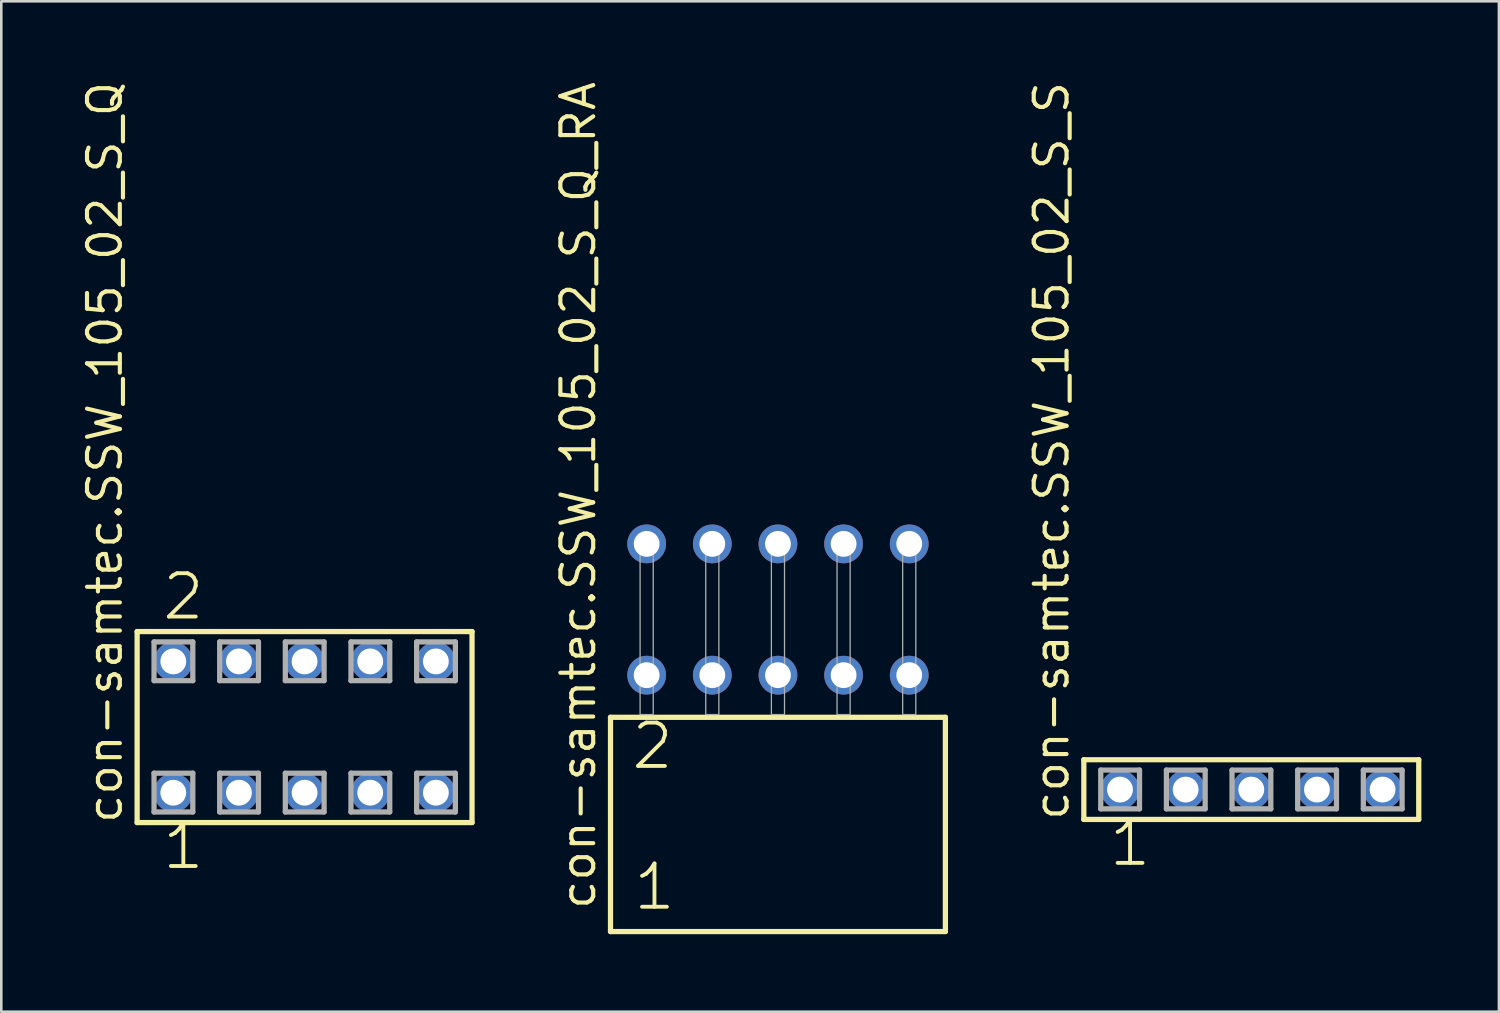
<source format=kicad_pcb>
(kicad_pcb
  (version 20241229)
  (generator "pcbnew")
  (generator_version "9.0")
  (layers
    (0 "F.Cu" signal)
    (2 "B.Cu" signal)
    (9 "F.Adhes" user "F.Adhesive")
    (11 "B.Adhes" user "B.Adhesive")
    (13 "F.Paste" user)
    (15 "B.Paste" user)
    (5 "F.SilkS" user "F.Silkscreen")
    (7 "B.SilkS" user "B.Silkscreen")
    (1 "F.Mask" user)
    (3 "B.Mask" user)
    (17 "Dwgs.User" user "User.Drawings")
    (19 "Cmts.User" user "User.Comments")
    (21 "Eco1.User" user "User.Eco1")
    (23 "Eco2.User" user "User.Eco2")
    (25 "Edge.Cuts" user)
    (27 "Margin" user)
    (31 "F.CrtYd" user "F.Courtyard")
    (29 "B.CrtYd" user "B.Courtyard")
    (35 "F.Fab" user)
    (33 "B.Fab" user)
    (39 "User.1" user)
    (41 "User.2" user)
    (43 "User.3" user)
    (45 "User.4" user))
  (footprint "con-samtec.SSW_105_02_S_Q_RA"
    (layer "F.Cu")
    (at 27.051 24.598)
    (property "Reference" "con-samtec.SSW_105_02_S_Q_RA" (at -6.985 7.62 90) (layer "F.SilkS") (effects (font (size 1.27 1.27) (thickness 0.16)) (justify left bottom)))
    (attr through_hole)
    (fp_line (start -6.479 0.106) (end -6.479 8.396) (stroke (width 0.203) (type default)) (layer "F.SilkS"))
    (fp_line (start -6.479 8.396) (end 6.479 8.396) (stroke (width 0.203) (type default)) (layer "F.SilkS"))
    (fp_line (start 6.479 0.106) (end -6.479 0.106) (stroke (width 0.203) (type default)) (layer "F.SilkS"))
    (fp_line (start 6.479 8.396) (end 6.479 0.106) (stroke (width 0.203) (type default)) (layer "F.SilkS"))
    (fp_rect (start -5.334 0) (end -4.826 -6.858) (stroke (width 0.05) (type default)) (fill no) (layer "F.Fab"))
    (fp_rect (start -2.794 0) (end -2.286 -6.858) (stroke (width 0.05) (type default)) (fill no) (layer "F.Fab"))
    (fp_rect (start -0.254 0) (end 0.254 -6.858) (stroke (width 0.05) (type default)) (fill no) (layer "F.Fab"))
    (fp_rect (start 2.286 0) (end 2.794 -6.858) (stroke (width 0.05) (type default)) (fill no) (layer "F.Fab"))
    (fp_rect (start 4.826 0) (end 5.334 -6.858) (stroke (width 0.05) (type default)) (fill no) (layer "F.Fab"))
    (fp_text user "1" (at -5.675 7.65 0) (layer "F.SilkS") (effects (font (size 1.676 1.676) (thickness 0.15)) (justify left bottom)))
    (fp_text user "2" (at -5.75 2.2 0) (layer "F.SilkS") (effects (font (size 1.676 1.676) (thickness 0.15)) (justify left bottom)))
    (pad "1" thru_hole circle (at -5.08 -1.524) (size 1.5 1.5) (drill 1) (layers "*.Cu" "*.Mask"))
    (pad "2" thru_hole circle (at -5.08 -6.604) (size 1.5 1.5) (drill 1) (layers "*.Cu" "*.Mask"))
    (pad "3" thru_hole circle (at -2.54 -1.524) (size 1.5 1.5) (drill 1) (layers "*.Cu" "*.Mask"))
    (pad "4" thru_hole circle (at -2.54 -6.604) (size 1.5 1.5) (drill 1) (layers "*.Cu" "*.Mask"))
    (pad "5" thru_hole circle (at 0 -1.524) (size 1.5 1.5) (drill 1) (layers "*.Cu" "*.Mask"))
    (pad "6" thru_hole circle (at 0 -6.604) (size 1.5 1.5) (drill 1) (layers "*.Cu" "*.Mask"))
    (pad "7" thru_hole circle (at 2.54 -1.524) (size 1.5 1.5) (drill 1) (layers "*.Cu" "*.Mask"))
    (pad "8" thru_hole circle (at 2.54 -6.604) (size 1.5 1.5) (drill 1) (layers "*.Cu" "*.Mask"))
    (pad "9" thru_hole circle (at 5.08 -1.524) (size 1.5 1.5) (drill 1) (layers "*.Cu" "*.Mask"))
    (pad "10" thru_hole circle (at 5.08 -6.604) (size 1.5 1.5) (drill 1) (layers "*.Cu" "*.Mask")))
  (footprint "con-samtec.SSW_105_02_S_S"
    (layer "F.Cu")
    (at 45.366 27.501)
    (property "Reference" "con-samtec.SSW_105_02_S_S" (at -6.985 1.27 90) (layer "F.SilkS") (effects (font (size 1.27 1.27) (thickness 0.16)) (justify left bottom)))
    (attr through_hole)
    (fp_line (start -6.479 -1.155) (end 6.479 -1.155) (stroke (width 0.203) (type default)) (layer "F.SilkS"))
    (fp_line (start -6.479 1.155) (end -6.479 -1.155) (stroke (width 0.203) (type default)) (layer "F.SilkS"))
    (fp_line (start 6.479 -1.155) (end 6.479 1.155) (stroke (width 0.203) (type default)) (layer "F.SilkS"))
    (fp_line (start 6.479 1.155) (end -6.479 1.155) (stroke (width 0.203) (type default)) (layer "F.SilkS"))
    (fp_line (start -5.825 -0.755) (end -4.325 -0.755) (stroke (width 0.203) (type default)) (layer "F.Fab"))
    (fp_line (start -5.825 0.745) (end -5.825 -0.755) (stroke (width 0.203) (type default)) (layer "F.Fab"))
    (fp_line (start -4.325 -0.755) (end -4.325 0.745) (stroke (width 0.203) (type default)) (layer "F.Fab"))
    (fp_line (start -4.325 0.745) (end -5.825 0.745) (stroke (width 0.203) (type default)) (layer "F.Fab"))
    (fp_line (start -3.285 -0.755) (end -1.785 -0.755) (stroke (width 0.203) (type default)) (layer "F.Fab"))
    (fp_line (start -3.285 0.745) (end -3.285 -0.755) (stroke (width 0.203) (type default)) (layer "F.Fab"))
    (fp_line (start -1.785 -0.755) (end -1.785 0.745) (stroke (width 0.203) (type default)) (layer "F.Fab"))
    (fp_line (start -1.785 0.745) (end -3.285 0.745) (stroke (width 0.203) (type default)) (layer "F.Fab"))
    (fp_line (start -0.745 -0.755) (end 0.755 -0.755) (stroke (width 0.203) (type default)) (layer "F.Fab"))
    (fp_line (start -0.745 0.745) (end -0.745 -0.755) (stroke (width 0.203) (type default)) (layer "F.Fab"))
    (fp_line (start 0.755 -0.755) (end 0.755 0.745) (stroke (width 0.203) (type default)) (layer "F.Fab"))
    (fp_line (start 0.755 0.745) (end -0.745 0.745) (stroke (width 0.203) (type default)) (layer "F.Fab"))
    (fp_line (start 1.795 -0.755) (end 3.295 -0.755) (stroke (width 0.203) (type default)) (layer "F.Fab"))
    (fp_line (start 1.795 0.745) (end 1.795 -0.755) (stroke (width 0.203) (type default)) (layer "F.Fab"))
    (fp_line (start 3.295 -0.755) (end 3.295 0.745) (stroke (width 0.203) (type default)) (layer "F.Fab"))
    (fp_line (start 3.295 0.745) (end 1.795 0.745) (stroke (width 0.203) (type default)) (layer "F.Fab"))
    (fp_line (start 4.335 -0.755) (end 5.835 -0.755) (stroke (width 0.203) (type default)) (layer "F.Fab"))
    (fp_line (start 4.335 0.745) (end 4.335 -0.755) (stroke (width 0.203) (type default)) (layer "F.Fab"))
    (fp_line (start 5.835 -0.755) (end 5.835 0.745) (stroke (width 0.203) (type default)) (layer "F.Fab"))
    (fp_line (start 5.835 0.745) (end 4.335 0.745) (stroke (width 0.203) (type default)) (layer "F.Fab"))
    (fp_text user "1" (at -5.588 3.048 0) (layer "F.SilkS") (effects (font (size 1.676 1.676) (thickness 0.15)) (justify left bottom)))
    (pad "1" thru_hole circle (at -5.08 0) (size 1.5 1.5) (drill 1) (layers "*.Cu" "*.Mask"))
    (pad "2" thru_hole circle (at -2.54 0) (size 1.5 1.5) (drill 1) (layers "*.Cu" "*.Mask"))
    (pad "3" thru_hole circle (at 0 0) (size 1.5 1.5) (drill 1) (layers "*.Cu" "*.Mask"))
    (pad "4" thru_hole circle (at 2.54 0) (size 1.5 1.5) (drill 1) (layers "*.Cu" "*.Mask"))
    (pad "5" thru_hole circle (at 5.08 0) (size 1.5 1.5) (drill 1) (layers "*.Cu" "*.Mask")))
  (footprint "con-samtec.SSW_105_02_S_Q"
    (layer "F.Cu")
    (at 8.735 25.082)
    (property "Reference" "con-samtec.SSW_105_02_S_Q" (at -6.985 3.81 90) (layer "F.SilkS") (effects (font (size 1.27 1.27) (thickness 0.16)) (justify left bottom)))
    (attr through_hole)
    (fp_line (start -6.479 -3.695) (end 6.479 -3.695) (stroke (width 0.203) (type default)) (layer "F.SilkS"))
    (fp_line (start -6.479 3.695) (end -6.479 -3.695) (stroke (width 0.203) (type default)) (layer "F.SilkS"))
    (fp_line (start 6.479 -3.695) (end 6.479 3.695) (stroke (width 0.203) (type default)) (layer "F.SilkS"))
    (fp_line (start 6.479 3.695) (end -6.479 3.695) (stroke (width 0.203) (type default)) (layer "F.SilkS"))
    (fp_line (start -5.825 -3.295) (end -4.325 -3.295) (stroke (width 0.203) (type default)) (layer "F.Fab"))
    (fp_line (start -5.825 -1.795) (end -5.825 -3.295) (stroke (width 0.203) (type default)) (layer "F.Fab"))
    (fp_line (start -5.825 1.785) (end -4.325 1.785) (stroke (width 0.203) (type default)) (layer "F.Fab"))
    (fp_line (start -5.825 3.285) (end -5.825 1.785) (stroke (width 0.203) (type default)) (layer "F.Fab"))
    (fp_line (start -4.325 -3.295) (end -4.325 -1.795) (stroke (width 0.203) (type default)) (layer "F.Fab"))
    (fp_line (start -4.325 -1.795) (end -5.825 -1.795) (stroke (width 0.203) (type default)) (layer "F.Fab"))
    (fp_line (start -4.325 1.785) (end -4.325 3.285) (stroke (width 0.203) (type default)) (layer "F.Fab"))
    (fp_line (start -4.325 3.285) (end -5.825 3.285) (stroke (width 0.203) (type default)) (layer "F.Fab"))
    (fp_line (start -3.285 -3.295) (end -1.785 -3.295) (stroke (width 0.203) (type default)) (layer "F.Fab"))
    (fp_line (start -3.285 -1.795) (end -3.285 -3.295) (stroke (width 0.203) (type default)) (layer "F.Fab"))
    (fp_line (start -3.285 1.785) (end -1.785 1.785) (stroke (width 0.203) (type default)) (layer "F.Fab"))
    (fp_line (start -3.285 3.285) (end -3.285 1.785) (stroke (width 0.203) (type default)) (layer "F.Fab"))
    (fp_line (start -1.785 -3.295) (end -1.785 -1.795) (stroke (width 0.203) (type default)) (layer "F.Fab"))
    (fp_line (start -1.785 -1.795) (end -3.285 -1.795) (stroke (width 0.203) (type default)) (layer "F.Fab"))
    (fp_line (start -1.785 1.785) (end -1.785 3.285) (stroke (width 0.203) (type default)) (layer "F.Fab"))
    (fp_line (start -1.785 3.285) (end -3.285 3.285) (stroke (width 0.203) (type default)) (layer "F.Fab"))
    (fp_line (start -0.745 -3.295) (end 0.755 -3.295) (stroke (width 0.203) (type default)) (layer "F.Fab"))
    (fp_line (start -0.745 -1.795) (end -0.745 -3.295) (stroke (width 0.203) (type default)) (layer "F.Fab"))
    (fp_line (start -0.745 1.785) (end 0.755 1.785) (stroke (width 0.203) (type default)) (layer "F.Fab"))
    (fp_line (start -0.745 3.285) (end -0.745 1.785) (stroke (width 0.203) (type default)) (layer "F.Fab"))
    (fp_line (start 0.755 -3.295) (end 0.755 -1.795) (stroke (width 0.203) (type default)) (layer "F.Fab"))
    (fp_line (start 0.755 -1.795) (end -0.745 -1.795) (stroke (width 0.203) (type default)) (layer "F.Fab"))
    (fp_line (start 0.755 1.785) (end 0.755 3.285) (stroke (width 0.203) (type default)) (layer "F.Fab"))
    (fp_line (start 0.755 3.285) (end -0.745 3.285) (stroke (width 0.203) (type default)) (layer "F.Fab"))
    (fp_line (start 1.795 -3.295) (end 3.295 -3.295) (stroke (width 0.203) (type default)) (layer "F.Fab"))
    (fp_line (start 1.795 -1.795) (end 1.795 -3.295) (stroke (width 0.203) (type default)) (layer "F.Fab"))
    (fp_line (start 1.795 1.785) (end 3.295 1.785) (stroke (width 0.203) (type default)) (layer "F.Fab"))
    (fp_line (start 1.795 3.285) (end 1.795 1.785) (stroke (width 0.203) (type default)) (layer "F.Fab"))
    (fp_line (start 3.295 -3.295) (end 3.295 -1.795) (stroke (width 0.203) (type default)) (layer "F.Fab"))
    (fp_line (start 3.295 -1.795) (end 1.795 -1.795) (stroke (width 0.203) (type default)) (layer "F.Fab"))
    (fp_line (start 3.295 1.785) (end 3.295 3.285) (stroke (width 0.203) (type default)) (layer "F.Fab"))
    (fp_line (start 3.295 3.285) (end 1.795 3.285) (stroke (width 0.203) (type default)) (layer "F.Fab"))
    (fp_line (start 4.335 -3.295) (end 5.835 -3.295) (stroke (width 0.203) (type default)) (layer "F.Fab"))
    (fp_line (start 4.335 -1.795) (end 4.335 -3.295) (stroke (width 0.203) (type default)) (layer "F.Fab"))
    (fp_line (start 4.335 1.785) (end 5.835 1.785) (stroke (width 0.203) (type default)) (layer "F.Fab"))
    (fp_line (start 4.335 3.285) (end 4.335 1.785) (stroke (width 0.203) (type default)) (layer "F.Fab"))
    (fp_line (start 5.835 -3.295) (end 5.835 -1.795) (stroke (width 0.203) (type default)) (layer "F.Fab"))
    (fp_line (start 5.835 -1.795) (end 4.335 -1.795) (stroke (width 0.203) (type default)) (layer "F.Fab"))
    (fp_line (start 5.835 1.785) (end 5.835 3.285) (stroke (width 0.203) (type default)) (layer "F.Fab"))
    (fp_line (start 5.835 3.285) (end 4.335 3.285) (stroke (width 0.203) (type default)) (layer "F.Fab"))
    (fp_text user "2" (at -5.588 -4.064 0) (layer "F.SilkS") (effects (font (size 1.676 1.676) (thickness 0.15)) (justify left bottom)))
    (fp_text user "1" (at -5.588 5.588 0) (layer "F.SilkS") (effects (font (size 1.676 1.676) (thickness 0.15)) (justify left bottom)))
    (pad "1" thru_hole circle (at -5.08 2.54) (size 1.5 1.5) (drill 1) (layers "*.Cu" "*.Mask"))
    (pad "2" thru_hole circle (at -5.08 -2.54) (size 1.5 1.5) (drill 1) (layers "*.Cu" "*.Mask"))
    (pad "3" thru_hole circle (at -2.54 2.54) (size 1.5 1.5) (drill 1) (layers "*.Cu" "*.Mask"))
    (pad "4" thru_hole circle (at -2.54 -2.54) (size 1.5 1.5) (drill 1) (layers "*.Cu" "*.Mask"))
    (pad "5" thru_hole circle (at 0 2.54) (size 1.5 1.5) (drill 1) (layers "*.Cu" "*.Mask"))
    (pad "6" thru_hole circle (at 0 -2.54) (size 1.5 1.5) (drill 1) (layers "*.Cu" "*.Mask"))
    (pad "7" thru_hole circle (at 2.54 2.54) (size 1.5 1.5) (drill 1) (layers "*.Cu" "*.Mask"))
    (pad "8" thru_hole circle (at 2.54 -2.54) (size 1.5 1.5) (drill 1) (layers "*.Cu" "*.Mask"))
    (pad "9" thru_hole circle (at 5.08 2.54) (size 1.5 1.5) (drill 1) (layers "*.Cu" "*.Mask"))
    (pad "10" thru_hole circle (at 5.08 -2.54) (size 1.5 1.5) (drill 1) (layers "*.Cu" "*.Mask")))
  (gr_rect
    (start -3 -3)
    (end 54.947 36.096)
    (stroke (width 0.1) (type default))
    (fill no)
    (layer "Edge.Cuts")))
</source>
